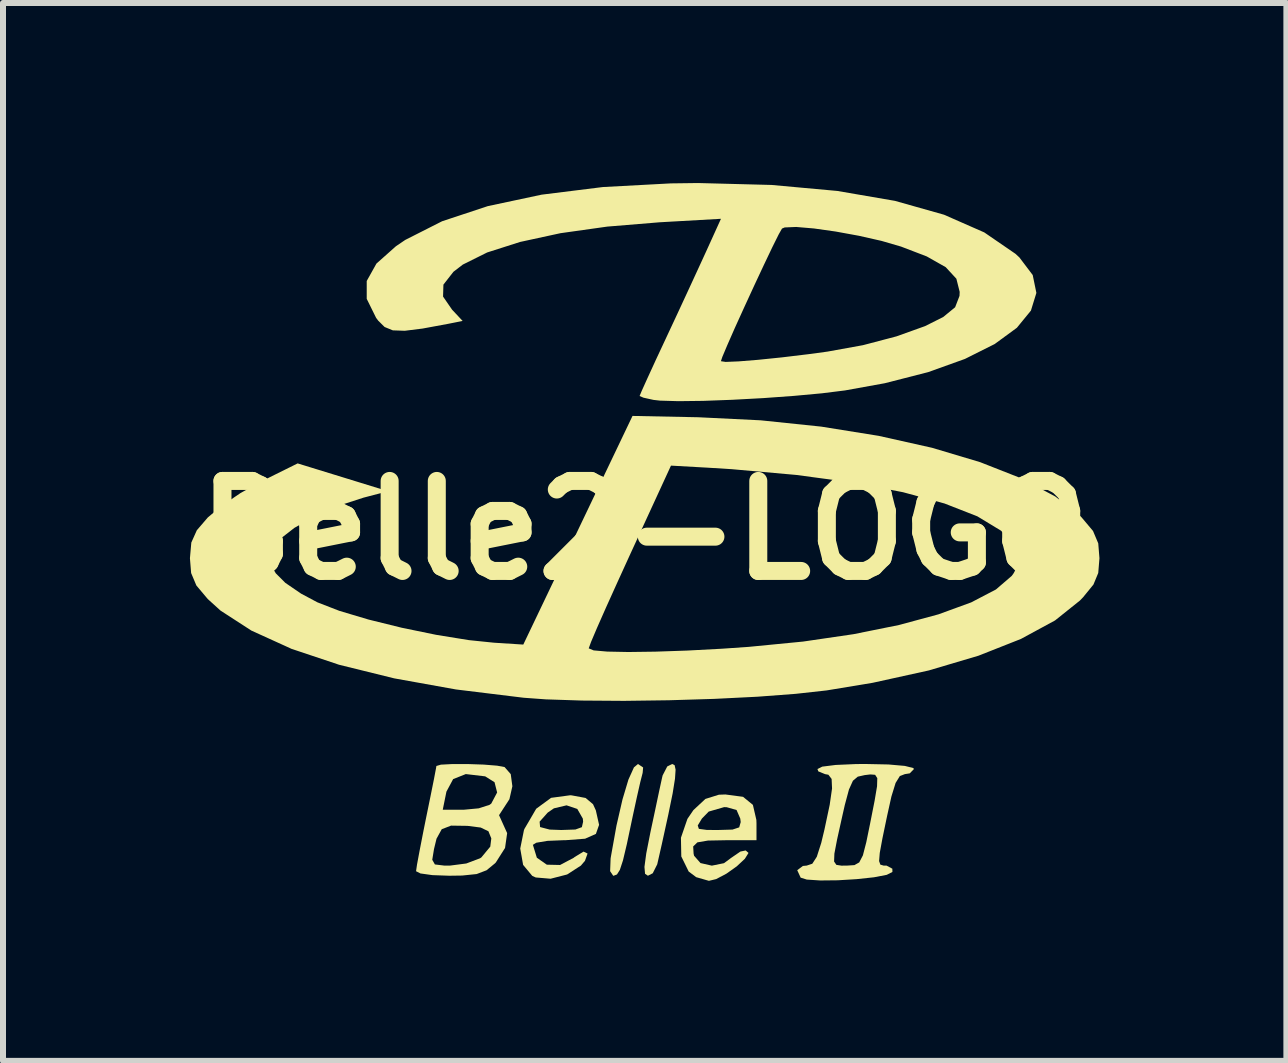
<source format=kicad_pcb>
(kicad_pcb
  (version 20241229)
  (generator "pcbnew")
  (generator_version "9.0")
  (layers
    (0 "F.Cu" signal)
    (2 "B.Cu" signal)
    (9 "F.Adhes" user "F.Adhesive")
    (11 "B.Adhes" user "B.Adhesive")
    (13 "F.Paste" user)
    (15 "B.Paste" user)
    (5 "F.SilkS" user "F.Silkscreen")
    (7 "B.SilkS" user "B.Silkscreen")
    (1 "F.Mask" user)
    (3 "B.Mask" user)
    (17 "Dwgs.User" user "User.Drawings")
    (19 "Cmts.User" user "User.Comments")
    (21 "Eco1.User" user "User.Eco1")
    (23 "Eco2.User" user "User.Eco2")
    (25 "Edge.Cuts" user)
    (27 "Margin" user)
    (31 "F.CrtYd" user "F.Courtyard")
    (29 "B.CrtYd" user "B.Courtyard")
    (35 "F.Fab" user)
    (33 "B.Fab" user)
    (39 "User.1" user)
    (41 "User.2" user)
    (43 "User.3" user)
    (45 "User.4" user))
  (footprint "Belle2-LOGO"
    (layer "F.Cu")
    (at 7.693 5.786)
    (property "Reference" "Belle2-LOGO" (at 0 0 0) (layer "F.SilkS") (effects (font (size 1.5 1.5) (thickness 0.3))))
    (attr board_only exclude_from_pos_files exclude_from_bom)
    (fp_poly (pts (xy -0.026 3.953) (xy -0.034 4.043) (xy -0.073 4.195) (xy -0.133 4.46) (xy -0.203 4.783) (xy -0.212 4.826) (xy -0.298 5.233) (xy -0.362 5.502) (xy -0.414 5.66) (xy -0.462 5.736) (xy -0.517 5.757) (xy -0.525 5.757) (xy -0.576 5.681) (xy -0.568 5.47) (xy -0.563 5.439) (xy -0.47 4.921) (xy -0.37 4.486) (xy -0.271 4.155) (xy -0.179 3.951) (xy -0.112 3.895)) (stroke (width 0) (type solid)) (fill yes) (layer "F.SilkS"))
    (fp_poly (pts (xy 0.499 3.915) (xy 0.515 3.99) (xy 0.505 4.14) (xy 0.466 4.384) (xy 0.393 4.741) (xy 0.285 5.233) (xy 0.209 5.567) (xy 0.134 5.716) (xy 0.054 5.757) (xy 0.006 5.725) (xy -0.004 5.61) (xy 0.026 5.386) (xy 0.097 5.025) (xy 0.099 5.016) (xy 0.175 4.66) (xy 0.241 4.347) (xy 0.288 4.131) (xy 0.299 4.085) (xy 0.376 3.936) (xy 0.458 3.895)) (stroke (width 0) (type solid)) (fill yes) (layer "F.SilkS"))
    (fp_poly (pts (xy -1.216 4.418) (xy -0.985 4.461) (xy -0.861 4.565) (xy -0.814 4.668) (xy -0.76 4.909) (xy -0.813 5.06) (xy -0.993 5.14) (xy -1.319 5.165) (xy -1.352 5.165) (xy -1.621 5.176) (xy -1.806 5.207) (xy -1.863 5.242) (xy -1.797 5.457) (xy -1.631 5.573) (xy -1.41 5.578) (xy -1.181 5.457) (xy -1.17 5.447) (xy -1.019 5.355) (xy -0.952 5.387) (xy -0.995 5.508) (xy -1.063 5.588) (xy -1.292 5.736) (xy -1.568 5.807) (xy -1.816 5.786) (xy -1.874 5.759) (xy -2.026 5.576) (xy -2.074 5.304) (xy -2.012 4.997) (xy -2.003 4.975) (xy -1.933 4.856) (xy -1.751 4.856) (xy -1.743 4.946) (xy -1.583 4.988) (xy -1.391 4.995) (xy -1.155 4.987) (xy -1.047 4.948) (xy -1.026 4.857) (xy -1.031 4.805) (xy -1.123 4.644) (xy -1.302 4.584) (xy -1.513 4.634) (xy -1.616 4.705) (xy -1.751 4.856) (xy -1.933 4.856) (xy -1.808 4.641) (xy -1.56 4.459) (xy -1.241 4.416)) (stroke (width 0) (type solid)) (fill yes) (layer "F.SilkS"))
    (fp_poly (pts (xy 1.639 4.442) (xy 1.803 4.576) (xy 1.861 4.827) (xy 1.863 4.885) (xy 1.863 5.165) (xy 1.369 5.165) (xy 1.054 5.171) (xy 0.878 5.201) (xy 0.808 5.269) (xy 0.815 5.389) (xy 0.823 5.424) (xy 0.93 5.546) (xy 1.119 5.589) (xy 1.321 5.548) (xy 1.439 5.461) (xy 1.595 5.354) (xy 1.683 5.336) (xy 1.73 5.377) (xy 1.669 5.475) (xy 1.535 5.6) (xy 1.363 5.722) (xy 1.191 5.813) (xy 1.07 5.842) (xy 0.858 5.781) (xy 0.733 5.687) (xy 0.61 5.436) (xy 0.604 5.124) (xy 0.674 4.92) (xy 0.884 4.92) (xy 0.903 4.976) (xy 1.037 4.994) (xy 1.223 4.995) (xy 1.463 4.988) (xy 1.575 4.951) (xy 1.6 4.863) (xy 1.593 4.805) (xy 1.531 4.662) (xy 1.366 4.615) (xy 1.323 4.614) (xy 1.067 4.688) (xy 0.953 4.805) (xy 0.884 4.92) (xy 0.674 4.92) (xy 0.712 4.81) (xy 0.812 4.663) (xy 1.012 4.477) (xy 1.236 4.407) (xy 1.345 4.403)) (stroke (width 0) (type solid)) (fill yes) (layer "F.SilkS"))
    (fp_poly (pts (xy -2.683 3.905) (xy -2.459 3.923) (xy -2.335 3.946) (xy -2.232 4.064) (xy -2.205 4.266) (xy -2.254 4.482) (xy -2.34 4.614) (xy -2.427 4.748) (xy -2.382 4.848) (xy -2.292 5.047) (xy -2.327 5.294) (xy -2.48 5.535) (xy -2.494 5.55) (xy -2.635 5.666) (xy -2.8 5.729) (xy -3.043 5.754) (xy -3.256 5.757) (xy -3.537 5.747) (xy -3.737 5.719) (xy -3.81 5.682) (xy -3.794 5.571) (xy -3.779 5.491) (xy -3.54 5.491) (xy -3.496 5.569) (xy -3.34 5.588) (xy -3.243 5.588) (xy -2.973 5.553) (xy -2.745 5.467) (xy -2.723 5.453) (xy -2.573 5.272) (xy -2.556 5.135) (xy -2.604 5.016) (xy -2.733 4.954) (xy -2.954 4.926) (xy -3.227 4.922) (xy -3.382 4.982) (xy -3.469 5.14) (xy -3.511 5.313) (xy -3.54 5.491) (xy -3.779 5.491) (xy -3.75 5.335) (xy -3.687 5.012) (xy -3.641 4.784) (xy -3.615 4.657) (xy -3.365 4.657) (xy -3.012 4.657) (xy -2.766 4.634) (xy -2.586 4.576) (xy -2.557 4.555) (xy -2.459 4.37) (xy -2.502 4.199) (xy -2.658 4.101) (xy -2.981 4.063) (xy -3.192 4.147) (xy -3.304 4.356) (xy -3.309 4.381) (xy -3.365 4.657) (xy -3.615 4.657) (xy -3.569 4.432) (xy -3.512 4.149) (xy -3.478 3.97) (xy -3.471 3.928) (xy -3.396 3.906) (xy -3.204 3.896) (xy -2.949 3.896)) (stroke (width 0) (type solid)) (fill yes) (layer "F.SilkS"))
    (fp_poly (pts (xy 4.062 3.903) (xy 4.335 3.927) (xy 4.475 3.962) (xy 4.487 3.979) (xy 4.417 4.051) (xy 4.335 4.064) (xy 4.252 4.096) (xy 4.181 4.211) (xy 4.111 4.438) (xy 4.039 4.763) (xy 3.961 5.138) (xy 3.917 5.378) (xy 3.906 5.513) (xy 3.927 5.572) (xy 3.981 5.588) (xy 4.029 5.588) (xy 4.127 5.64) (xy 4.128 5.694) (xy 4.034 5.742) (xy 3.82 5.783) (xy 3.531 5.814) (xy 3.217 5.833) (xy 2.924 5.836) (xy 2.701 5.821) (xy 2.599 5.789) (xy 2.542 5.665) (xy 2.636 5.594) (xy 2.7 5.588) (xy 2.793 5.557) (xy 2.817 5.52) (xy 3.156 5.52) (xy 3.194 5.576) (xy 3.279 5.589) (xy 3.375 5.588) (xy 3.495 5.58) (xy 3.575 5.535) (xy 3.636 5.418) (xy 3.693 5.197) (xy 3.756 4.889) (xy 3.831 4.509) (xy 3.872 4.266) (xy 3.876 4.131) (xy 3.84 4.075) (xy 3.76 4.069) (xy 3.667 4.08) (xy 3.551 4.106) (xy 3.47 4.174) (xy 3.404 4.32) (xy 3.335 4.577) (xy 3.288 4.784) (xy 3.206 5.154) (xy 3.161 5.389) (xy 3.156 5.52) (xy 2.817 5.52) (xy 2.868 5.441) (xy 2.942 5.21) (xy 2.996 4.985) (xy 3.083 4.575) (xy 3.122 4.303) (xy 3.115 4.144) (xy 3.061 4.074) (xy 3.006 4.064) (xy 2.893 4.018) (xy 2.879 3.979) (xy 2.959 3.939) (xy 3.182 3.911) (xy 3.523 3.896) (xy 3.683 3.895)) (stroke (width 0) (type solid)) (fill yes) (layer "F.SilkS"))
    (fp_poly (pts (xy 2.115 -5.754) (xy 3.211 -5.654) (xy 4.17 -5.489) (xy 4.988 -5.258) (xy 5.659 -4.963) (xy 6.178 -4.607) (xy 6.244 -4.546) (xy 6.466 -4.253) (xy 6.527 -3.955) (xy 6.436 -3.66) (xy 6.202 -3.374) (xy 5.832 -3.103) (xy 5.337 -2.855) (xy 4.724 -2.635) (xy 4.001 -2.45) (xy 3.338 -2.33) (xy 2.953 -2.282) (xy 2.486 -2.239) (xy 1.975 -2.202) (xy 1.459 -2.174) (xy 0.975 -2.156) (xy 0.561 -2.151) (xy 0.256 -2.16) (xy 0.148 -2.172) (xy -0.02 -2.209) (xy -0.085 -2.237) (xy -0.051 -2.319) (xy 0.041 -2.523) (xy 0.176 -2.817) (xy 1.27 -2.817) (xy 1.349 -2.805) (xy 1.565 -2.814) (xy 1.889 -2.84) (xy 2.289 -2.881) (xy 2.737 -2.935) (xy 3.046 -2.977) (xy 3.637 -3.084) (xy 4.196 -3.231) (xy 4.673 -3.402) (xy 4.974 -3.553) (xy 5.173 -3.716) (xy 5.246 -3.905) (xy 5.249 -3.972) (xy 5.194 -4.191) (xy 5.016 -4.384) (xy 4.7 -4.563) (xy 4.272 -4.727) (xy 3.946 -4.822) (xy 3.57 -4.907) (xy 3.181 -4.978) (xy 2.82 -5.029) (xy 2.524 -5.054) (xy 2.333 -5.046) (xy 2.288 -5.027) (xy 2.234 -4.932) (xy 2.128 -4.719) (xy 1.986 -4.421) (xy 1.824 -4.075) (xy 1.658 -3.714) (xy 1.503 -3.373) (xy 1.377 -3.086) (xy 1.294 -2.889) (xy 1.27 -2.817) (xy 0.176 -2.817) (xy 0.177 -2.82) (xy 0.344 -3.177) (xy 0.347 -3.184) (xy 0.547 -3.612) (xy 0.748 -4.046) (xy 0.924 -4.428) (xy 1.025 -4.648) (xy 1.271 -5.19) (xy 0.25 -5.132) (xy -0.623 -5.06) (xy -1.404 -4.95) (xy -2.077 -4.804) (xy -2.625 -4.629) (xy -3.031 -4.427) (xy -3.187 -4.307) (xy -3.354 -4.093) (xy -3.36 -3.894) (xy -3.21 -3.676) (xy -3.034 -3.488) (xy -3.274 -3.44) (xy -3.701 -3.361) (xy -3.998 -3.324) (xy -4.197 -3.331) (xy -4.334 -3.387) (xy -4.441 -3.493) (xy -4.476 -3.54) (xy -4.632 -3.856) (xy -4.632 -4.154) (xy -4.47 -4.444) (xy -4.145 -4.733) (xy -3.99 -4.838) (xy -3.376 -5.149) (xy -2.615 -5.401) (xy -1.718 -5.592) (xy -0.698 -5.719) (xy 0.434 -5.78) (xy 0.889 -5.786)) (stroke (width 0) (type solid)) (fill yes) (layer "F.SilkS"))
    (fp_poly (pts (xy 0.893 -1.883) (xy 1.932 -1.832) (xy 2.941 -1.727) (xy 3.9 -1.573) (xy 4.789 -1.374) (xy 5.589 -1.135) (xy 6.281 -0.863) (xy 6.844 -0.561) (xy 7.26 -0.235) (xy 7.281 -0.214) (xy 7.471 0.012) (xy 7.558 0.218) (xy 7.578 0.466) (xy 7.558 0.712) (xy 7.478 0.905) (xy 7.305 1.117) (xy 7.253 1.171) (xy 6.838 1.503) (xy 6.27 1.811) (xy 5.564 2.09) (xy 4.735 2.336) (xy 3.799 2.542) (xy 3.032 2.669) (xy 2.516 2.726) (xy 1.878 2.774) (xy 1.159 2.81) (xy 0.404 2.833) (xy -0.344 2.843) (xy -1.043 2.838) (xy -1.648 2.818) (xy -2.018 2.791) (xy -3.145 2.653) (xy -4.174 2.468) (xy -5.094 2.241) (xy -5.892 1.974) (xy -5.903 1.968) (xy -0.933 1.968) (xy -0.851 2.002) (xy -0.624 2.022) (xy -0.273 2.029) (xy 0.177 2.023) (xy 0.706 2.005) (xy 1.289 1.974) (xy 1.736 1.943) (xy 2.639 1.855) (xy 3.479 1.732) (xy 4.237 1.579) (xy 4.896 1.401) (xy 5.441 1.202) (xy 5.853 0.987) (xy 6.116 0.761) (xy 6.147 0.718) (xy 6.244 0.539) (xy 6.237 0.396) (xy 6.175 0.27) (xy 5.939 0.008) (xy 5.543 -0.232) (xy 4.996 -0.446) (xy 4.304 -0.634) (xy 3.477 -0.794) (xy 2.522 -0.922) (xy 1.447 -1.018) (xy 1.045 -1.043) (xy 0.438 -1.077) (xy -0.248 0.414) (xy -0.46 0.879) (xy -0.646 1.291) (xy -0.794 1.626) (xy -0.893 1.859) (xy -0.932 1.966) (xy -0.933 1.968) (xy -5.903 1.968) (xy -6.554 1.672) (xy -7.068 1.339) (xy -7.281 1.146) (xy -7.471 0.92) (xy -7.558 0.713) (xy -7.578 0.466) (xy -7.555 0.205) (xy -7.463 0.000144) (xy -7.281 -0.212) (xy -7.054 -0.404) (xy -6.738 -0.618) (xy -6.399 -0.809) (xy -6.384 -0.816) (xy -5.783 -1.114) (xy -5.029 -0.882) (xy -4.276 -0.65) (xy -4.686 -0.543) (xy -5.095 -0.41) (xy -5.493 -0.235) (xy -5.837 -0.04) (xy -6.085 0.153) (xy -6.176 0.265) (xy -6.25 0.441) (xy -6.225 0.587) (xy -6.147 0.718) (xy -5.989 0.876) (xy -5.726 1.056) (xy -5.454 1.201) (xy -5.088 1.343) (xy -4.602 1.488) (xy -4.047 1.625) (xy -3.473 1.743) (xy -2.929 1.831) (xy -2.51 1.874) (xy -2.023 1.905) (xy -1.113 0) (xy -0.203 -1.905)) (stroke (width 0) (type solid)) (fill yes) (layer "F.SilkS")))
  (gr_rect
    (start -3 -3)
    (end 18.386 14.628)
    (stroke (width 0.1) (type default))
    (fill no)
    (layer "Edge.Cuts")))
</source>
